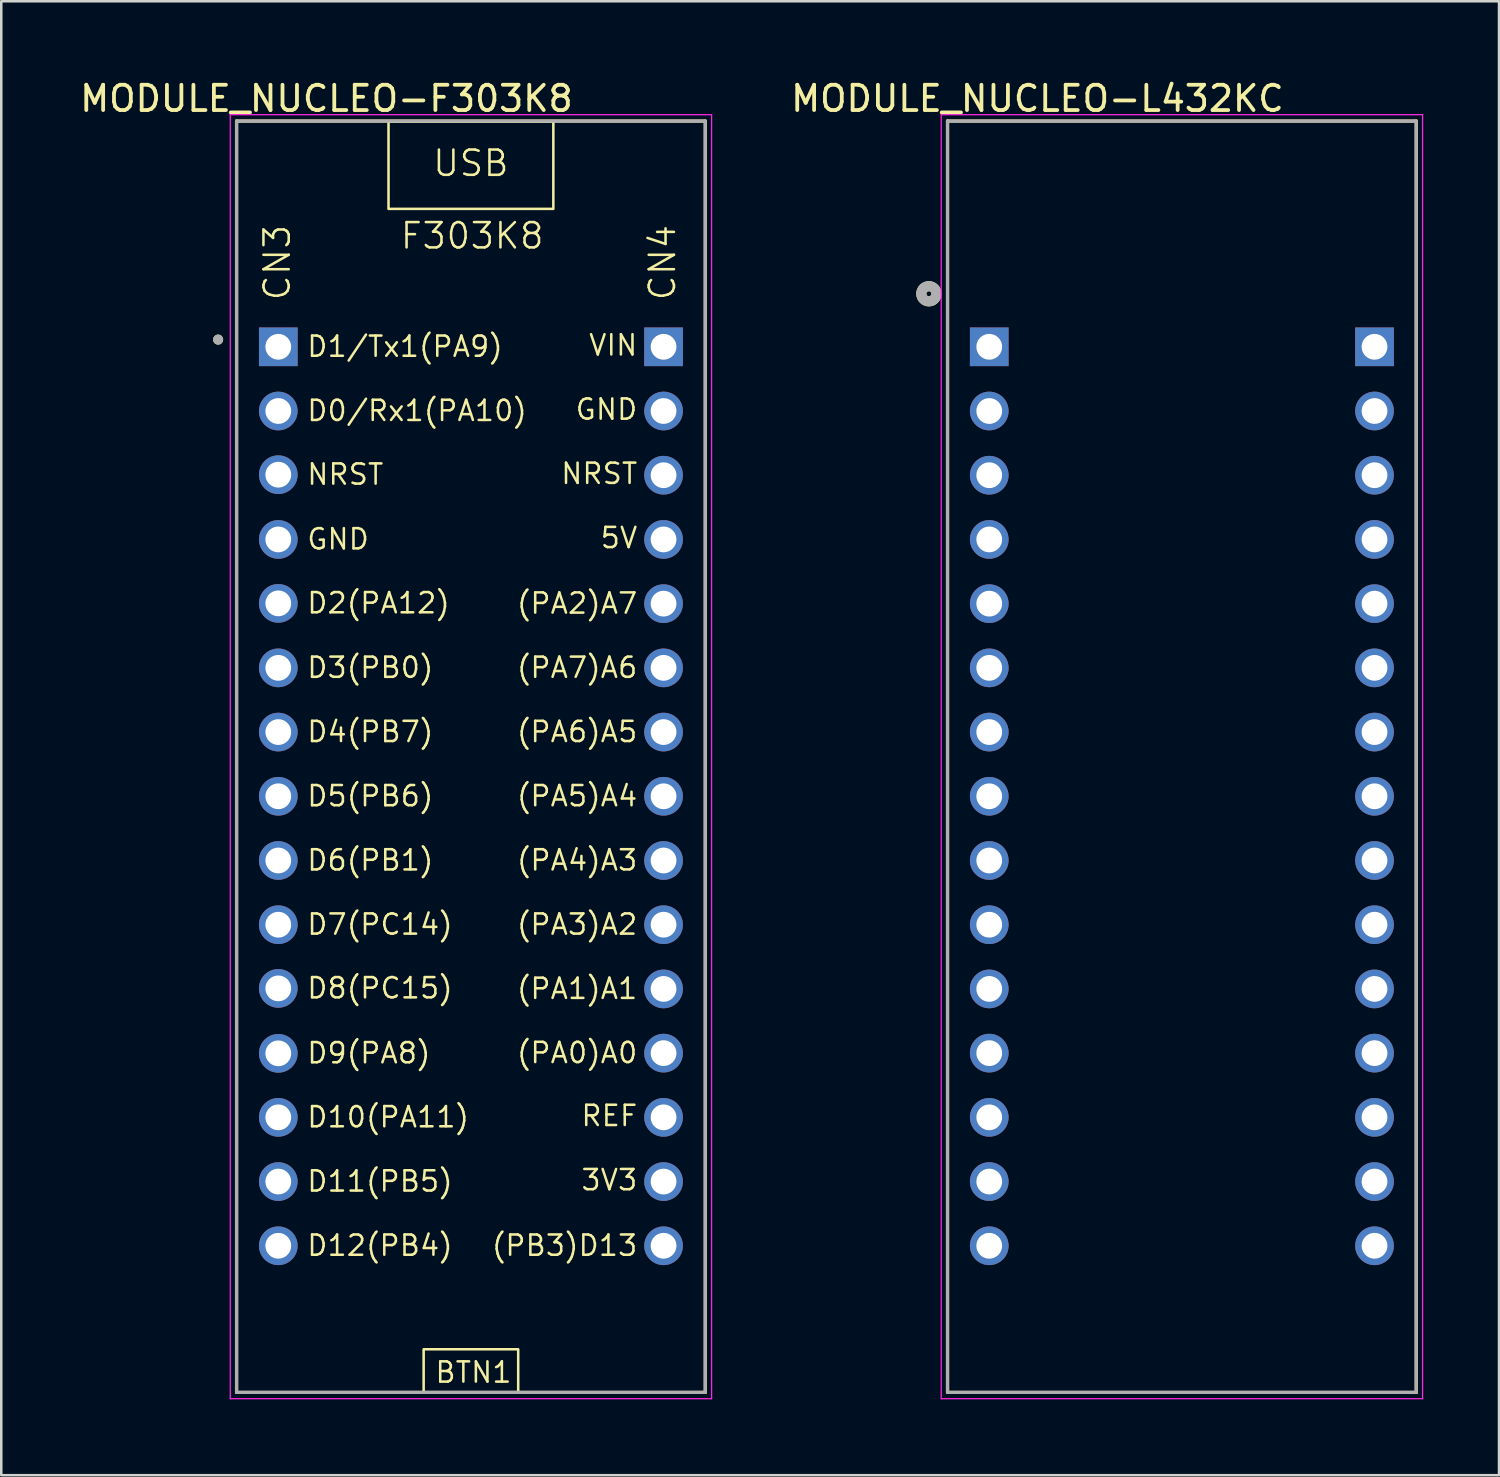
<source format=kicad_pcb>
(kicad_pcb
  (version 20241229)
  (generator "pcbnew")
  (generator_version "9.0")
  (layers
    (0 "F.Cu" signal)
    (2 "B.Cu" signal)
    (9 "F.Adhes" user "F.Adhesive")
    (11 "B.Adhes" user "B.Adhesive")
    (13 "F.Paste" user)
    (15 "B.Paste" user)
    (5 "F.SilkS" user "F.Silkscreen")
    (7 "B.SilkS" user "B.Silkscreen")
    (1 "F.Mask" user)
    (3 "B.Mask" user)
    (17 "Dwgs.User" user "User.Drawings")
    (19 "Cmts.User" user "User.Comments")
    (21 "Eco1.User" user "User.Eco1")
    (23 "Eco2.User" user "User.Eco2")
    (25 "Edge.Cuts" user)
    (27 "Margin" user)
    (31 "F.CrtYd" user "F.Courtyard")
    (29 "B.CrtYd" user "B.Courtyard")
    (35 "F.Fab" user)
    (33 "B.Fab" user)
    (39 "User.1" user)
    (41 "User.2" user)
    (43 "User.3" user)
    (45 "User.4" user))
  (footprint "MODULE_NUCLEO-L432KC"
    (layer "F.Cu")
    (at 43.701 26.883)
    (property "Reference" "MODULE_NUCLEO-L432KC" (at -5.715 -26.035 0) (layer "F.SilkS") (effects (font (size 1 1) (thickness 0.15))))
    (attr through_hole)
    (fp_line (start -9.27 -25.145) (end 9.27 -25.145) (stroke (width 0.127) (type solid)) (layer "F.SilkS"))
    (fp_line (start -9.27 25.145) (end -9.27 -25.145) (stroke (width 0.127) (type solid)) (layer "F.SilkS"))
    (fp_line (start 9.27 -25.145) (end 9.27 25.145) (stroke (width 0.127) (type solid)) (layer "F.SilkS"))
    (fp_line (start 9.27 25.145) (end -9.27 25.145) (stroke (width 0.127) (type solid)) (layer "F.SilkS"))
    (fp_circle (center -10.008 -18.313) (end -9.908 -18.313) (stroke (width 0.4) (type solid)) (fill no) (layer "F.SilkS"))
    (fp_line (start -9.52 -25.395) (end 9.52 -25.395) (stroke (width 0.05) (type solid)) (layer "F.CrtYd"))
    (fp_line (start -9.52 25.395) (end -9.52 -25.395) (stroke (width 0.05) (type solid)) (layer "F.CrtYd"))
    (fp_line (start 9.52 -25.395) (end 9.52 25.395) (stroke (width 0.05) (type solid)) (layer "F.CrtYd"))
    (fp_line (start 9.52 25.395) (end -9.52 25.395) (stroke (width 0.05) (type solid)) (layer "F.CrtYd"))
    (fp_line (start -9.27 -25.145) (end 9.27 -25.145) (stroke (width 0.127) (type solid)) (layer "F.Fab"))
    (fp_line (start -9.27 25.145) (end -9.27 -25.145) (stroke (width 0.127) (type solid)) (layer "F.Fab"))
    (fp_line (start 9.27 -25.145) (end 9.27 25.145) (stroke (width 0.127) (type solid)) (layer "F.Fab"))
    (fp_line (start 9.27 25.145) (end -9.27 25.145) (stroke (width 0.127) (type solid)) (layer "F.Fab"))
    (fp_circle (center -10.008 -18.313) (end -9.908 -18.313) (stroke (width 0.4) (type solid)) (fill no) (layer "F.Fab"))
    (pad "CN3_1" thru_hole rect (at -7.62 -16.215) (size 1.53 1.53) (drill 1.02) (layers "*.Cu" "*.Mask"))
    (pad "CN3_2" thru_hole circle (at -7.62 -13.675) (size 1.53 1.53) (drill 1.02) (layers "*.Cu" "*.Mask"))
    (pad "CN3_3" thru_hole circle (at -7.62 -11.135) (size 1.53 1.53) (drill 1.02) (layers "*.Cu" "*.Mask"))
    (pad "CN3_4" thru_hole circle (at -7.62 -8.595) (size 1.53 1.53) (drill 1.02) (layers "*.Cu" "*.Mask"))
    (pad "CN3_5" thru_hole circle (at -7.62 -6.055) (size 1.53 1.53) (drill 1.02) (layers "*.Cu" "*.Mask"))
    (pad "CN3_6" thru_hole circle (at -7.62 -3.515) (size 1.53 1.53) (drill 1.02) (layers "*.Cu" "*.Mask"))
    (pad "CN3_7" thru_hole circle (at -7.62 -0.975) (size 1.53 1.53) (drill 1.02) (layers "*.Cu" "*.Mask"))
    (pad "CN3_8" thru_hole circle (at -7.62 1.565) (size 1.53 1.53) (drill 1.02) (layers "*.Cu" "*.Mask"))
    (pad "CN3_9" thru_hole circle (at -7.62 4.105) (size 1.53 1.53) (drill 1.02) (layers "*.Cu" "*.Mask"))
    (pad "CN3_10" thru_hole circle (at -7.62 6.645) (size 1.53 1.53) (drill 1.02) (layers "*.Cu" "*.Mask"))
    (pad "CN3_11" thru_hole circle (at -7.62 9.185) (size 1.53 1.53) (drill 1.02) (layers "*.Cu" "*.Mask"))
    (pad "CN3_12" thru_hole circle (at -7.62 11.725) (size 1.53 1.53) (drill 1.02) (layers "*.Cu" "*.Mask"))
    (pad "CN3_13" thru_hole circle (at -7.62 14.265) (size 1.53 1.53) (drill 1.02) (layers "*.Cu" "*.Mask"))
    (pad "CN3_14" thru_hole circle (at -7.62 16.805) (size 1.53 1.53) (drill 1.02) (layers "*.Cu" "*.Mask"))
    (pad "CN3_15" thru_hole circle (at -7.62 19.345) (size 1.53 1.53) (drill 1.02) (layers "*.Cu" "*.Mask"))
    (pad "CN4_1" thru_hole rect (at 7.62 -16.215) (size 1.53 1.53) (drill 1.02) (layers "*.Cu" "*.Mask"))
    (pad "CN4_2" thru_hole circle (at 7.62 -13.675) (size 1.53 1.53) (drill 1.02) (layers "*.Cu" "*.Mask"))
    (pad "CN4_3" thru_hole circle (at 7.62 -11.135) (size 1.53 1.53) (drill 1.02) (layers "*.Cu" "*.Mask"))
    (pad "CN4_4" thru_hole circle (at 7.62 -8.595) (size 1.53 1.53) (drill 1.02) (layers "*.Cu" "*.Mask"))
    (pad "CN4_5" thru_hole circle (at 7.62 -6.055) (size 1.53 1.53) (drill 1.02) (layers "*.Cu" "*.Mask"))
    (pad "CN4_6" thru_hole circle (at 7.62 -3.515) (size 1.53 1.53) (drill 1.02) (layers "*.Cu" "*.Mask"))
    (pad "CN4_7" thru_hole circle (at 7.62 -0.975) (size 1.53 1.53) (drill 1.02) (layers "*.Cu" "*.Mask"))
    (pad "CN4_8" thru_hole circle (at 7.62 1.565) (size 1.53 1.53) (drill 1.02) (layers "*.Cu" "*.Mask"))
    (pad "CN4_9" thru_hole circle (at 7.62 4.105) (size 1.53 1.53) (drill 1.02) (layers "*.Cu" "*.Mask"))
    (pad "CN4_10" thru_hole circle (at 7.62 6.645) (size 1.53 1.53) (drill 1.02) (layers "*.Cu" "*.Mask"))
    (pad "CN4_11" thru_hole circle (at 7.62 9.185) (size 1.53 1.53) (drill 1.02) (layers "*.Cu" "*.Mask"))
    (pad "CN4_12" thru_hole circle (at 7.62 11.725) (size 1.53 1.53) (drill 1.02) (layers "*.Cu" "*.Mask"))
    (pad "CN4_13" thru_hole circle (at 7.62 14.265) (size 1.53 1.53) (drill 1.02) (layers "*.Cu" "*.Mask"))
    (pad "CN4_14" thru_hole circle (at 7.62 16.805) (size 1.53 1.53) (drill 1.02) (layers "*.Cu" "*.Mask"))
    (pad "CN4_15" thru_hole circle (at 7.62 19.345) (size 1.53 1.53) (drill 1.02) (layers "*.Cu" "*.Mask")))
  (footprint "MODULE_NUCLEO-F303K8"
    (layer "F.Cu")
    (at 15.578 26.883)
    (property "Reference" "MODULE_NUCLEO-F303K8" (at -5.715 -26.035 0) (layer "F.SilkS") (effects (font (size 1 1) (thickness 0.15))))
    (attr through_hole)
    (fp_line (start -9.27 -25.145) (end 9.27 -25.145) (stroke (width 0.127) (type solid)) (layer "F.SilkS"))
    (fp_line (start -9.27 25.145) (end -9.27 -25.145) (stroke (width 0.127) (type solid)) (layer "F.SilkS"))
    (fp_line (start 9.27 -25.145) (end 9.27 25.145) (stroke (width 0.127) (type solid)) (layer "F.SilkS"))
    (fp_line (start 9.27 25.145) (end -9.27 25.145) (stroke (width 0.127) (type solid)) (layer "F.SilkS"))
    (fp_rect (start -3.26 -25.12) (end 3.26 -21.67) (stroke (width 0.1) (type default)) (fill no) (layer "F.SilkS"))
    (fp_rect (start -1.87 23.44) (end 1.87 25.14) (stroke (width 0.1) (type default)) (fill no) (layer "F.SilkS"))
    (fp_circle (center -10 -16.5) (end -9.9 -16.5) (stroke (width 0.2) (type solid)) (fill no) (layer "F.SilkS"))
    (fp_line (start -9.52 -25.395) (end 9.52 -25.395) (stroke (width 0.05) (type solid)) (layer "F.CrtYd"))
    (fp_line (start -9.52 25.395) (end -9.52 -25.395) (stroke (width 0.05) (type solid)) (layer "F.CrtYd"))
    (fp_line (start 9.52 -25.395) (end 9.52 25.395) (stroke (width 0.05) (type solid)) (layer "F.CrtYd"))
    (fp_line (start 9.52 25.395) (end -9.52 25.395) (stroke (width 0.05) (type solid)) (layer "F.CrtYd"))
    (fp_line (start -9.27 -25.145) (end 9.27 -25.145) (stroke (width 0.127) (type solid)) (layer "F.Fab"))
    (fp_line (start -9.27 25.145) (end -9.27 -25.145) (stroke (width 0.127) (type solid)) (layer "F.Fab"))
    (fp_line (start 9.27 -25.145) (end 9.27 25.145) (stroke (width 0.127) (type solid)) (layer "F.Fab"))
    (fp_line (start 9.27 25.145) (end -9.27 25.145) (stroke (width 0.127) (type solid)) (layer "F.Fab"))
    (fp_circle (center -10 -16.5) (end -9.9 -16.5) (stroke (width 0.2) (type solid)) (fill no) (layer "F.Fab"))
    (fp_text user "D0/Rx1(PA10)" (at -6.54 -13.219 0) (unlocked yes) (layer "F.SilkS") (effects (font (size 0.8 0.8) (thickness 0.1)) (justify left bottom)))
    (fp_text user "D11(PB5)" (at -6.54 17.262 0) (unlocked yes) (layer "F.SilkS") (effects (font (size 0.8 0.8) (thickness 0.1)) (justify left bottom)))
    (fp_text user "D12(PB4)" (at -6.54 19.802 0) (unlocked yes) (layer "F.SilkS") (effects (font (size 0.8 0.8) (thickness 0.1)) (justify left bottom)))
    (fp_text user "D3(PB0)" (at -6.54 -3.058 0) (unlocked yes) (layer "F.SilkS") (effects (font (size 0.8 0.8) (thickness 0.1)) (justify left bottom)))
    (fp_text user "(PA4)A3" (at 1.753 4.561 0) (unlocked yes) (layer "F.SilkS") (effects (font (size 0.8 0.8) (thickness 0.1)) (justify left bottom)))
    (fp_text user "USB" (at -1.57 -22.89 0) (unlocked yes) (layer "F.SilkS") (effects (font (size 1 1) (thickness 0.1)) (justify left bottom)))
    (fp_text user "(PA1)A1" (at 1.753 9.642 0) (unlocked yes) (layer "F.SilkS") (effects (font (size 0.8 0.8) (thickness 0.1)) (justify left bottom)))
    (fp_text user "F303K8" (at -2.85 -20.02 0) (unlocked yes) (layer "F.SilkS") (effects (font (size 1 1) (thickness 0.1)) (justify left bottom)))
    (fp_text user "REF" (at 4.305 14.67 0) (unlocked yes) (layer "F.SilkS") (effects (font (size 0.8 0.8) (thickness 0.1)) (justify left bottom)))
    (fp_text user "D4(PB7)" (at -6.54 -0.518 0) (unlocked yes) (layer "F.SilkS") (effects (font (size 0.8 0.8) (thickness 0.1)) (justify left bottom)))
    (fp_text user "(PA3)A2" (at 1.753 7.101 0) (unlocked yes) (layer "F.SilkS") (effects (font (size 0.8 0.8) (thickness 0.1)) (justify left bottom)))
    (fp_text user "NRST" (at -6.54 -10.7 0) (unlocked yes) (layer "F.SilkS") (effects (font (size 0.8 0.8) (thickness 0.1)) (justify left bottom)))
    (fp_text user "(PA5)A4" (at 1.753 2.022 0) (unlocked yes) (layer "F.SilkS") (effects (font (size 0.8 0.8) (thickness 0.1)) (justify left bottom)))
    (fp_text user "CN3" (at -7.08 -17.98 90) (unlocked yes) (layer "F.SilkS") (effects (font (size 1 1) (thickness 0.1)) (justify left bottom)))
    (fp_text user "NRST" (at 3.505 -10.73 0) (unlocked yes) (layer "F.SilkS") (effects (font (size 0.8 0.8) (thickness 0.1)) (justify left bottom)))
    (fp_text user "D8(PC15)" (at -6.54 9.62 0) (unlocked yes) (layer "F.SilkS") (effects (font (size 0.8 0.8) (thickness 0.1)) (justify left bottom)))
    (fp_text user "(PB3)D13" (at 0.762 19.802 0) (unlocked yes) (layer "F.SilkS") (effects (font (size 0.8 0.8) (thickness 0.1)) (justify left bottom)))
    (fp_text user "(PA7)A6" (at 1.753 -3.058 0) (unlocked yes) (layer "F.SilkS") (effects (font (size 0.8 0.8) (thickness 0.1)) (justify left bottom)))
    (fp_text user "D7(PC14)" (at -6.54 7.101 0) (unlocked yes) (layer "F.SilkS") (effects (font (size 0.8 0.8) (thickness 0.1)) (justify left bottom)))
    (fp_text user "GND" (at -6.54 -8.139 0) (unlocked yes) (layer "F.SilkS") (effects (font (size 0.8 0.8) (thickness 0.1)) (justify left bottom)))
    (fp_text user "VIN" (at 4.61 -15.81 0) (unlocked yes) (layer "F.SilkS") (effects (font (size 0.8 0.8) (thickness 0.1)) (justify left bottom)))
    (fp_text user "(PA6)A5" (at 1.753 -0.518 0) (unlocked yes) (layer "F.SilkS") (effects (font (size 0.8 0.8) (thickness 0.1)) (justify left bottom)))
    (fp_text user "CN4" (at 8.159 -17.98 90) (unlocked yes) (layer "F.SilkS") (effects (font (size 1 1) (thickness 0.1)) (justify left bottom)))
    (fp_text user "D10(PA11)" (at -6.54 14.722 0) (unlocked yes) (layer "F.SilkS") (effects (font (size 0.8 0.8) (thickness 0.1)) (justify left bottom)))
    (fp_text user "D6(PB1)" (at -6.54 4.561 0) (unlocked yes) (layer "F.SilkS") (effects (font (size 0.8 0.8) (thickness 0.1)) (justify left bottom)))
    (fp_text user "D2(PA12)" (at -6.54 -5.61 0) (unlocked yes) (layer "F.SilkS") (effects (font (size 0.8 0.8) (thickness 0.1)) (justify left bottom)))
    (fp_text user "3V3" (at 4.305 17.21 0) (unlocked yes) (layer "F.SilkS") (effects (font (size 0.8 0.8) (thickness 0.1)) (justify left bottom)))
    (fp_text user "GND" (at 4.077 -13.27 0) (unlocked yes) (layer "F.SilkS") (effects (font (size 0.8 0.8) (thickness 0.1)) (justify left bottom)))
    (fp_text user "BTN1" (at -1.47 24.82 0) (unlocked yes) (layer "F.SilkS") (effects (font (size 0.8 0.8) (thickness 0.1)) (justify left bottom)))
    (fp_text user "D1/Tx1(PA9)" (at -6.54 -15.758 0) (unlocked yes) (layer "F.SilkS") (effects (font (size 0.8 0.8) (thickness 0.1)) (justify left bottom)))
    (fp_text user "(PA0)A0" (at 1.753 12.181 0) (unlocked yes) (layer "F.SilkS") (effects (font (size 0.8 0.8) (thickness 0.1)) (justify left bottom)))
    (fp_text user "D9(PA8)" (at -6.54 12.19 0) (unlocked yes) (layer "F.SilkS") (effects (font (size 0.8 0.8) (thickness 0.1)) (justify left bottom)))
    (fp_text user "D5(PB6)" (at -6.54 2.022 0) (unlocked yes) (layer "F.SilkS") (effects (font (size 0.8 0.8) (thickness 0.1)) (justify left bottom)))
    (fp_text user "(PA2)A7" (at 1.753 -5.598 0) (unlocked yes) (layer "F.SilkS") (effects (font (size 0.8 0.8) (thickness 0.1)) (justify left bottom)))
    (fp_text user "5V" (at 5.067 -8.19 0) (unlocked yes) (layer "F.SilkS") (effects (font (size 0.8 0.8) (thickness 0.1)) (justify left bottom)))
    (pad "CN3_1" thru_hole rect (at -7.62 -16.215) (size 1.53 1.53) (drill 1.02) (layers "*.Cu" "*.Mask"))
    (pad "CN3_2" thru_hole circle (at -7.62 -13.675) (size 1.53 1.53) (drill 1.02) (layers "*.Cu" "*.Mask"))
    (pad "CN3_3" thru_hole circle (at -7.62 -11.156) (size 1.53 1.53) (drill 1.02) (layers "*.Cu" "*.Mask"))
    (pad "CN3_4" thru_hole circle (at -7.62 -8.595) (size 1.53 1.53) (drill 1.02) (layers "*.Cu" "*.Mask"))
    (pad "CN3_5" thru_hole circle (at -7.62 -6.066) (size 1.53 1.53) (drill 1.02) (layers "*.Cu" "*.Mask"))
    (pad "CN3_6" thru_hole circle (at -7.62 -3.515) (size 1.53 1.53) (drill 1.02) (layers "*.Cu" "*.Mask"))
    (pad "CN3_7" thru_hole circle (at -7.62 -0.975) (size 1.53 1.53) (drill 1.02) (layers "*.Cu" "*.Mask"))
    (pad "CN3_8" thru_hole circle (at -7.62 1.565) (size 1.53 1.53) (drill 1.02) (layers "*.Cu" "*.Mask"))
    (pad "CN3_9" thru_hole circle (at -7.62 4.105) (size 1.53 1.53) (drill 1.02) (layers "*.Cu" "*.Mask"))
    (pad "CN3_10" thru_hole circle (at -7.62 6.645) (size 1.53 1.53) (drill 1.02) (layers "*.Cu" "*.Mask"))
    (pad "CN3_11" thru_hole circle (at -7.62 9.164) (size 1.53 1.53) (drill 1.02) (layers "*.Cu" "*.Mask"))
    (pad "CN3_12" thru_hole circle (at -7.62 11.733) (size 1.53 1.53) (drill 1.02) (layers "*.Cu" "*.Mask"))
    (pad "CN3_13" thru_hole circle (at -7.62 14.265) (size 1.53 1.53) (drill 1.02) (layers "*.Cu" "*.Mask"))
    (pad "CN3_14" thru_hole circle (at -7.62 16.805) (size 1.53 1.53) (drill 1.02) (layers "*.Cu" "*.Mask"))
    (pad "CN3_15" thru_hole circle (at -7.62 19.345) (size 1.53 1.53) (drill 1.02) (layers "*.Cu" "*.Mask"))
    (pad "CN4_1" thru_hole rect (at 7.62 -16.215) (size 1.53 1.53) (drill 1.02) (layers "*.Cu" "*.Mask"))
    (pad "CN4_2" thru_hole circle (at 7.62 -13.675) (size 1.53 1.53) (drill 1.02) (layers "*.Cu" "*.Mask"))
    (pad "CN4_3" thru_hole circle (at 7.62 -11.135) (size 1.53 1.53) (drill 1.02) (layers "*.Cu" "*.Mask"))
    (pad "CN4_4" thru_hole circle (at 7.62 -8.595) (size 1.53 1.53) (drill 1.02) (layers "*.Cu" "*.Mask"))
    (pad "CN4_5" thru_hole circle (at 7.62 -6.055) (size 1.53 1.53) (drill 1.02) (layers "*.Cu" "*.Mask"))
    (pad "CN4_6" thru_hole circle (at 7.62 -3.515) (size 1.53 1.53) (drill 1.02) (layers "*.Cu" "*.Mask"))
    (pad "CN4_7" thru_hole circle (at 7.62 -0.975) (size 1.53 1.53) (drill 1.02) (layers "*.Cu" "*.Mask"))
    (pad "CN4_8" thru_hole circle (at 7.62 1.565) (size 1.53 1.53) (drill 1.02) (layers "*.Cu" "*.Mask"))
    (pad "CN4_9" thru_hole circle (at 7.62 4.105) (size 1.53 1.53) (drill 1.02) (layers "*.Cu" "*.Mask"))
    (pad "CN4_10" thru_hole circle (at 7.62 6.645) (size 1.53 1.53) (drill 1.02) (layers "*.Cu" "*.Mask"))
    (pad "CN4_11" thru_hole circle (at 7.62 9.185) (size 1.53 1.53) (drill 1.02) (layers "*.Cu" "*.Mask"))
    (pad "CN4_12" thru_hole circle (at 7.62 11.725) (size 1.53 1.53) (drill 1.02) (layers "*.Cu" "*.Mask"))
    (pad "CN4_13" thru_hole circle (at 7.62 14.265) (size 1.53 1.53) (drill 1.02) (layers "*.Cu" "*.Mask"))
    (pad "CN4_14" thru_hole circle (at 7.62 16.805) (size 1.53 1.53) (drill 1.02) (layers "*.Cu" "*.Mask"))
    (pad "CN4_15" thru_hole circle (at 7.62 19.345) (size 1.53 1.53) (drill 1.02) (layers "*.Cu" "*.Mask")))
  (gr_rect
    (start -3 -3)
    (end 56.246 55.303)
    (stroke (width 0.1) (type default))
    (fill no)
    (layer "Edge.Cuts")))
</source>
